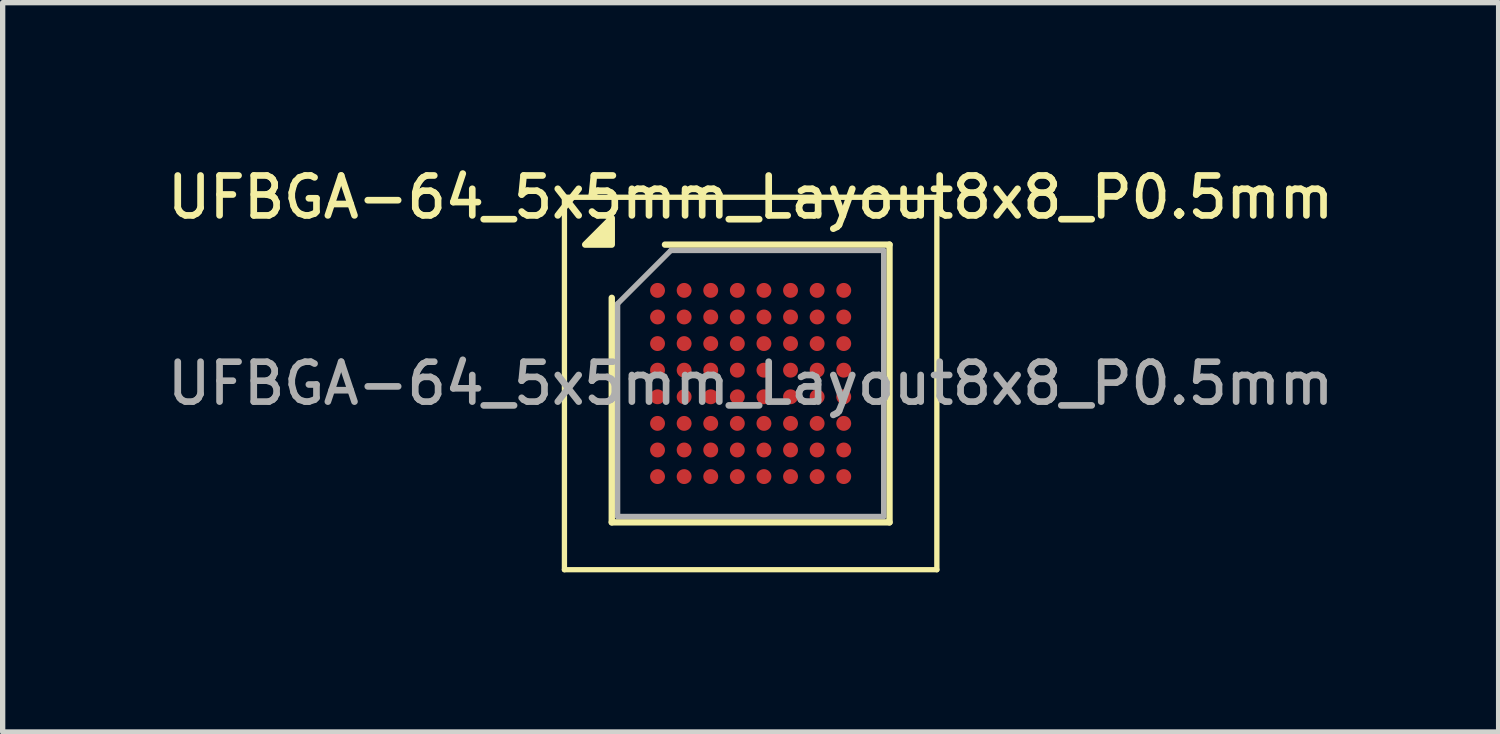
<source format=kicad_pcb>
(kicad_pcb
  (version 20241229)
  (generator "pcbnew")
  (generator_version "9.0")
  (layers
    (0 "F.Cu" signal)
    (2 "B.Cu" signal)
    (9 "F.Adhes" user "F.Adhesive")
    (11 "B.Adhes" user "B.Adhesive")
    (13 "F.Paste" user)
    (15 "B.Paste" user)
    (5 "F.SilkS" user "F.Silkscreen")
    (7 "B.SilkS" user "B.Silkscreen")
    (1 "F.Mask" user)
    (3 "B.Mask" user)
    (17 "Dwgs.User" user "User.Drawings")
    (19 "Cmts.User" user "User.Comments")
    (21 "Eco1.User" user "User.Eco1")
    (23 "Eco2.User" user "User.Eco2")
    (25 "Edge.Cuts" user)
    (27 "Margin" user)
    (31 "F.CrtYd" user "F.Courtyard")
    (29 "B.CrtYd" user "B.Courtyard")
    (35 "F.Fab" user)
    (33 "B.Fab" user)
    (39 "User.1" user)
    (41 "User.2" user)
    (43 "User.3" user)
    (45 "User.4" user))
  (footprint "UFBGA-64_5x5mm_Layout8x8_P0.5mm"
    (layer "F.Cu")
    (at 11.059 4.158)
    (property "Reference" "UFBGA-64_5x5mm_Layout8x8_P0.5mm" (at 0 -3.5 0) (layer "F.SilkS") (effects (font (size 0.75 0.75) (thickness 0.125))))
    (attr smd)
    (fp_line (start -3.5 -3.5) (end -3.5 3.5) (stroke (width 0.1) (type solid)) (layer "F.SilkS"))
    (fp_line (start -3.5 3.5) (end 3.5 3.5) (stroke (width 0.1) (type solid)) (layer "F.SilkS"))
    (fp_line (start -2.61 2.61) (end -2.61 -1.61) (stroke (width 0.12) (type solid)) (layer "F.SilkS"))
    (fp_line (start -1.61 -2.61) (end 2.61 -2.61) (stroke (width 0.12) (type solid)) (layer "F.SilkS"))
    (fp_line (start 2.61 -2.61) (end 2.61 2.61) (stroke (width 0.12) (type solid)) (layer "F.SilkS"))
    (fp_line (start 2.61 2.61) (end -2.61 2.61) (stroke (width 0.12) (type solid)) (layer "F.SilkS"))
    (fp_line (start 3.5 -3.5) (end -3.5 -3.5) (stroke (width 0.1) (type solid)) (layer "F.SilkS"))
    (fp_line (start 3.5 3.5) (end 3.5 -3.5) (stroke (width 0.1) (type solid)) (layer "F.SilkS"))
    (fp_poly (pts (xy -2.61 -2.61) (xy -3.11 -2.61) (xy -2.61 -3.11) (xy -2.61 -2.61)) (stroke (width 0.12) (type solid)) (fill yes) (layer "F.SilkS"))
    (fp_line (start -2.5 -1.5) (end -1.5 -2.5) (stroke (width 0.1) (type solid)) (layer "F.Fab"))
    (fp_line (start -2.5 2.5) (end -2.5 -1.5) (stroke (width 0.1) (type solid)) (layer "F.Fab"))
    (fp_line (start -1.5 -2.5) (end 2.5 -2.5) (stroke (width 0.1) (type solid)) (layer "F.Fab"))
    (fp_line (start 2.5 -2.5) (end 2.5 2.5) (stroke (width 0.1) (type solid)) (layer "F.Fab"))
    (fp_line (start 2.5 2.5) (end -2.5 2.5) (stroke (width 0.1) (type solid)) (layer "F.Fab"))
    (fp_text user "${REFERENCE}" (at 0 0 0) (layer "F.Fab") (effects (font (size 0.75 0.75) (thickness 0.125))))
    (pad "A1" smd circle (at -1.75 -1.75) (size 0.28 0.28) (property pad_prop_bga) (layers "F.Cu" "F.Mask" "F.Paste"))
    (pad "A2" smd circle (at -1.25 -1.75) (size 0.28 0.28) (property pad_prop_bga) (layers "F.Cu" "F.Mask" "F.Paste"))
    (pad "A3" smd circle (at -0.75 -1.75) (size 0.28 0.28) (property pad_prop_bga) (layers "F.Cu" "F.Mask" "F.Paste"))
    (pad "A4" smd circle (at -0.25 -1.75) (size 0.28 0.28) (property pad_prop_bga) (layers "F.Cu" "F.Mask" "F.Paste"))
    (pad "A5" smd circle (at 0.25 -1.75) (size 0.28 0.28) (property pad_prop_bga) (layers "F.Cu" "F.Mask" "F.Paste"))
    (pad "A6" smd circle (at 0.75 -1.75) (size 0.28 0.28) (property pad_prop_bga) (layers "F.Cu" "F.Mask" "F.Paste"))
    (pad "A7" smd circle (at 1.25 -1.75) (size 0.28 0.28) (property pad_prop_bga) (layers "F.Cu" "F.Mask" "F.Paste"))
    (pad "A8" smd circle (at 1.75 -1.75) (size 0.28 0.28) (property pad_prop_bga) (layers "F.Cu" "F.Mask" "F.Paste"))
    (pad "B1" smd circle (at -1.75 -1.25) (size 0.28 0.28) (property pad_prop_bga) (layers "F.Cu" "F.Mask" "F.Paste"))
    (pad "B2" smd circle (at -1.25 -1.25) (size 0.28 0.28) (property pad_prop_bga) (layers "F.Cu" "F.Mask" "F.Paste"))
    (pad "B3" smd circle (at -0.75 -1.25) (size 0.28 0.28) (property pad_prop_bga) (layers "F.Cu" "F.Mask" "F.Paste"))
    (pad "B4" smd circle (at -0.25 -1.25) (size 0.28 0.28) (property pad_prop_bga) (layers "F.Cu" "F.Mask" "F.Paste"))
    (pad "B5" smd circle (at 0.25 -1.25) (size 0.28 0.28) (property pad_prop_bga) (layers "F.Cu" "F.Mask" "F.Paste"))
    (pad "B6" smd circle (at 0.75 -1.25) (size 0.28 0.28) (property pad_prop_bga) (layers "F.Cu" "F.Mask" "F.Paste"))
    (pad "B7" smd circle (at 1.25 -1.25) (size 0.28 0.28) (property pad_prop_bga) (layers "F.Cu" "F.Mask" "F.Paste"))
    (pad "B8" smd circle (at 1.75 -1.25) (size 0.28 0.28) (property pad_prop_bga) (layers "F.Cu" "F.Mask" "F.Paste"))
    (pad "C1" smd circle (at -1.75 -0.75) (size 0.28 0.28) (property pad_prop_bga) (layers "F.Cu" "F.Mask" "F.Paste"))
    (pad "C2" smd circle (at -1.25 -0.75) (size 0.28 0.28) (property pad_prop_bga) (layers "F.Cu" "F.Mask" "F.Paste"))
    (pad "C3" smd circle (at -0.75 -0.75) (size 0.28 0.28) (property pad_prop_bga) (layers "F.Cu" "F.Mask" "F.Paste"))
    (pad "C4" smd circle (at -0.25 -0.75) (size 0.28 0.28) (property pad_prop_bga) (layers "F.Cu" "F.Mask" "F.Paste"))
    (pad "C5" smd circle (at 0.25 -0.75) (size 0.28 0.28) (property pad_prop_bga) (layers "F.Cu" "F.Mask" "F.Paste"))
    (pad "C6" smd circle (at 0.75 -0.75) (size 0.28 0.28) (property pad_prop_bga) (layers "F.Cu" "F.Mask" "F.Paste"))
    (pad "C7" smd circle (at 1.25 -0.75) (size 0.28 0.28) (property pad_prop_bga) (layers "F.Cu" "F.Mask" "F.Paste"))
    (pad "C8" smd circle (at 1.75 -0.75) (size 0.28 0.28) (property pad_prop_bga) (layers "F.Cu" "F.Mask" "F.Paste"))
    (pad "D1" smd circle (at -1.75 -0.25) (size 0.28 0.28) (property pad_prop_bga) (layers "F.Cu" "F.Mask" "F.Paste"))
    (pad "D2" smd circle (at -1.25 -0.25) (size 0.28 0.28) (property pad_prop_bga) (layers "F.Cu" "F.Mask" "F.Paste"))
    (pad "D3" smd circle (at -0.75 -0.25) (size 0.28 0.28) (property pad_prop_bga) (layers "F.Cu" "F.Mask" "F.Paste"))
    (pad "D4" smd circle (at -0.25 -0.25) (size 0.28 0.28) (property pad_prop_bga) (layers "F.Cu" "F.Mask" "F.Paste"))
    (pad "D5" smd circle (at 0.25 -0.25) (size 0.28 0.28) (property pad_prop_bga) (layers "F.Cu" "F.Mask" "F.Paste"))
    (pad "D6" smd circle (at 0.75 -0.25) (size 0.28 0.28) (property pad_prop_bga) (layers "F.Cu" "F.Mask" "F.Paste"))
    (pad "D7" smd circle (at 1.25 -0.25) (size 0.28 0.28) (property pad_prop_bga) (layers "F.Cu" "F.Mask" "F.Paste"))
    (pad "D8" smd circle (at 1.75 -0.25) (size 0.28 0.28) (property pad_prop_bga) (layers "F.Cu" "F.Mask" "F.Paste"))
    (pad "E1" smd circle (at -1.75 0.25) (size 0.28 0.28) (property pad_prop_bga) (layers "F.Cu" "F.Mask" "F.Paste"))
    (pad "E2" smd circle (at -1.25 0.25) (size 0.28 0.28) (property pad_prop_bga) (layers "F.Cu" "F.Mask" "F.Paste"))
    (pad "E3" smd circle (at -0.75 0.25) (size 0.28 0.28) (property pad_prop_bga) (layers "F.Cu" "F.Mask" "F.Paste"))
    (pad "E4" smd circle (at -0.25 0.25) (size 0.28 0.28) (property pad_prop_bga) (layers "F.Cu" "F.Mask" "F.Paste"))
    (pad "E5" smd circle (at 0.25 0.25) (size 0.28 0.28) (property pad_prop_bga) (layers "F.Cu" "F.Mask" "F.Paste"))
    (pad "E6" smd circle (at 0.75 0.25) (size 0.28 0.28) (property pad_prop_bga) (layers "F.Cu" "F.Mask" "F.Paste"))
    (pad "E7" smd circle (at 1.25 0.25) (size 0.28 0.28) (property pad_prop_bga) (layers "F.Cu" "F.Mask" "F.Paste"))
    (pad "E8" smd circle (at 1.75 0.25) (size 0.28 0.28) (property pad_prop_bga) (layers "F.Cu" "F.Mask" "F.Paste"))
    (pad "F1" smd circle (at -1.75 0.75) (size 0.28 0.28) (property pad_prop_bga) (layers "F.Cu" "F.Mask" "F.Paste"))
    (pad "F2" smd circle (at -1.25 0.75) (size 0.28 0.28) (property pad_prop_bga) (layers "F.Cu" "F.Mask" "F.Paste"))
    (pad "F3" smd circle (at -0.75 0.75) (size 0.28 0.28) (property pad_prop_bga) (layers "F.Cu" "F.Mask" "F.Paste"))
    (pad "F4" smd circle (at -0.25 0.75) (size 0.28 0.28) (property pad_prop_bga) (layers "F.Cu" "F.Mask" "F.Paste"))
    (pad "F5" smd circle (at 0.25 0.75) (size 0.28 0.28) (property pad_prop_bga) (layers "F.Cu" "F.Mask" "F.Paste"))
    (pad "F6" smd circle (at 0.75 0.75) (size 0.28 0.28) (property pad_prop_bga) (layers "F.Cu" "F.Mask" "F.Paste"))
    (pad "F7" smd circle (at 1.25 0.75) (size 0.28 0.28) (property pad_prop_bga) (layers "F.Cu" "F.Mask" "F.Paste"))
    (pad "F8" smd circle (at 1.75 0.75) (size 0.28 0.28) (property pad_prop_bga) (layers "F.Cu" "F.Mask" "F.Paste"))
    (pad "G1" smd circle (at -1.75 1.25) (size 0.28 0.28) (property pad_prop_bga) (layers "F.Cu" "F.Mask" "F.Paste"))
    (pad "G2" smd circle (at -1.25 1.25) (size 0.28 0.28) (property pad_prop_bga) (layers "F.Cu" "F.Mask" "F.Paste"))
    (pad "G3" smd circle (at -0.75 1.25) (size 0.28 0.28) (property pad_prop_bga) (layers "F.Cu" "F.Mask" "F.Paste"))
    (pad "G4" smd circle (at -0.25 1.25) (size 0.28 0.28) (property pad_prop_bga) (layers "F.Cu" "F.Mask" "F.Paste"))
    (pad "G5" smd circle (at 0.25 1.25) (size 0.28 0.28) (property pad_prop_bga) (layers "F.Cu" "F.Mask" "F.Paste"))
    (pad "G6" smd circle (at 0.75 1.25) (size 0.28 0.28) (property pad_prop_bga) (layers "F.Cu" "F.Mask" "F.Paste"))
    (pad "G7" smd circle (at 1.25 1.25) (size 0.28 0.28) (property pad_prop_bga) (layers "F.Cu" "F.Mask" "F.Paste"))
    (pad "G8" smd circle (at 1.75 1.25) (size 0.28 0.28) (property pad_prop_bga) (layers "F.Cu" "F.Mask" "F.Paste"))
    (pad "H1" smd circle (at -1.75 1.75) (size 0.28 0.28) (property pad_prop_bga) (layers "F.Cu" "F.Mask" "F.Paste"))
    (pad "H2" smd circle (at -1.25 1.75) (size 0.28 0.28) (property pad_prop_bga) (layers "F.Cu" "F.Mask" "F.Paste"))
    (pad "H3" smd circle (at -0.75 1.75) (size 0.28 0.28) (property pad_prop_bga) (layers "F.Cu" "F.Mask" "F.Paste"))
    (pad "H4" smd circle (at -0.25 1.75) (size 0.28 0.28) (property pad_prop_bga) (layers "F.Cu" "F.Mask" "F.Paste"))
    (pad "H5" smd circle (at 0.25 1.75) (size 0.28 0.28) (property pad_prop_bga) (layers "F.Cu" "F.Mask" "F.Paste"))
    (pad "H6" smd circle (at 0.75 1.75) (size 0.28 0.28) (property pad_prop_bga) (layers "F.Cu" "F.Mask" "F.Paste"))
    (pad "H7" smd circle (at 1.25 1.75) (size 0.28 0.28) (property pad_prop_bga) (layers "F.Cu" "F.Mask" "F.Paste"))
    (pad "H8" smd circle (at 1.75 1.75) (size 0.28 0.28) (property pad_prop_bga) (layers "F.Cu" "F.Mask" "F.Paste")))
  (gr_rect
    (start -3 -3)
    (end 25.118 10.708)
    (stroke (width 0.1) (type default))
    (fill no)
    (layer "Edge.Cuts")))
</source>
